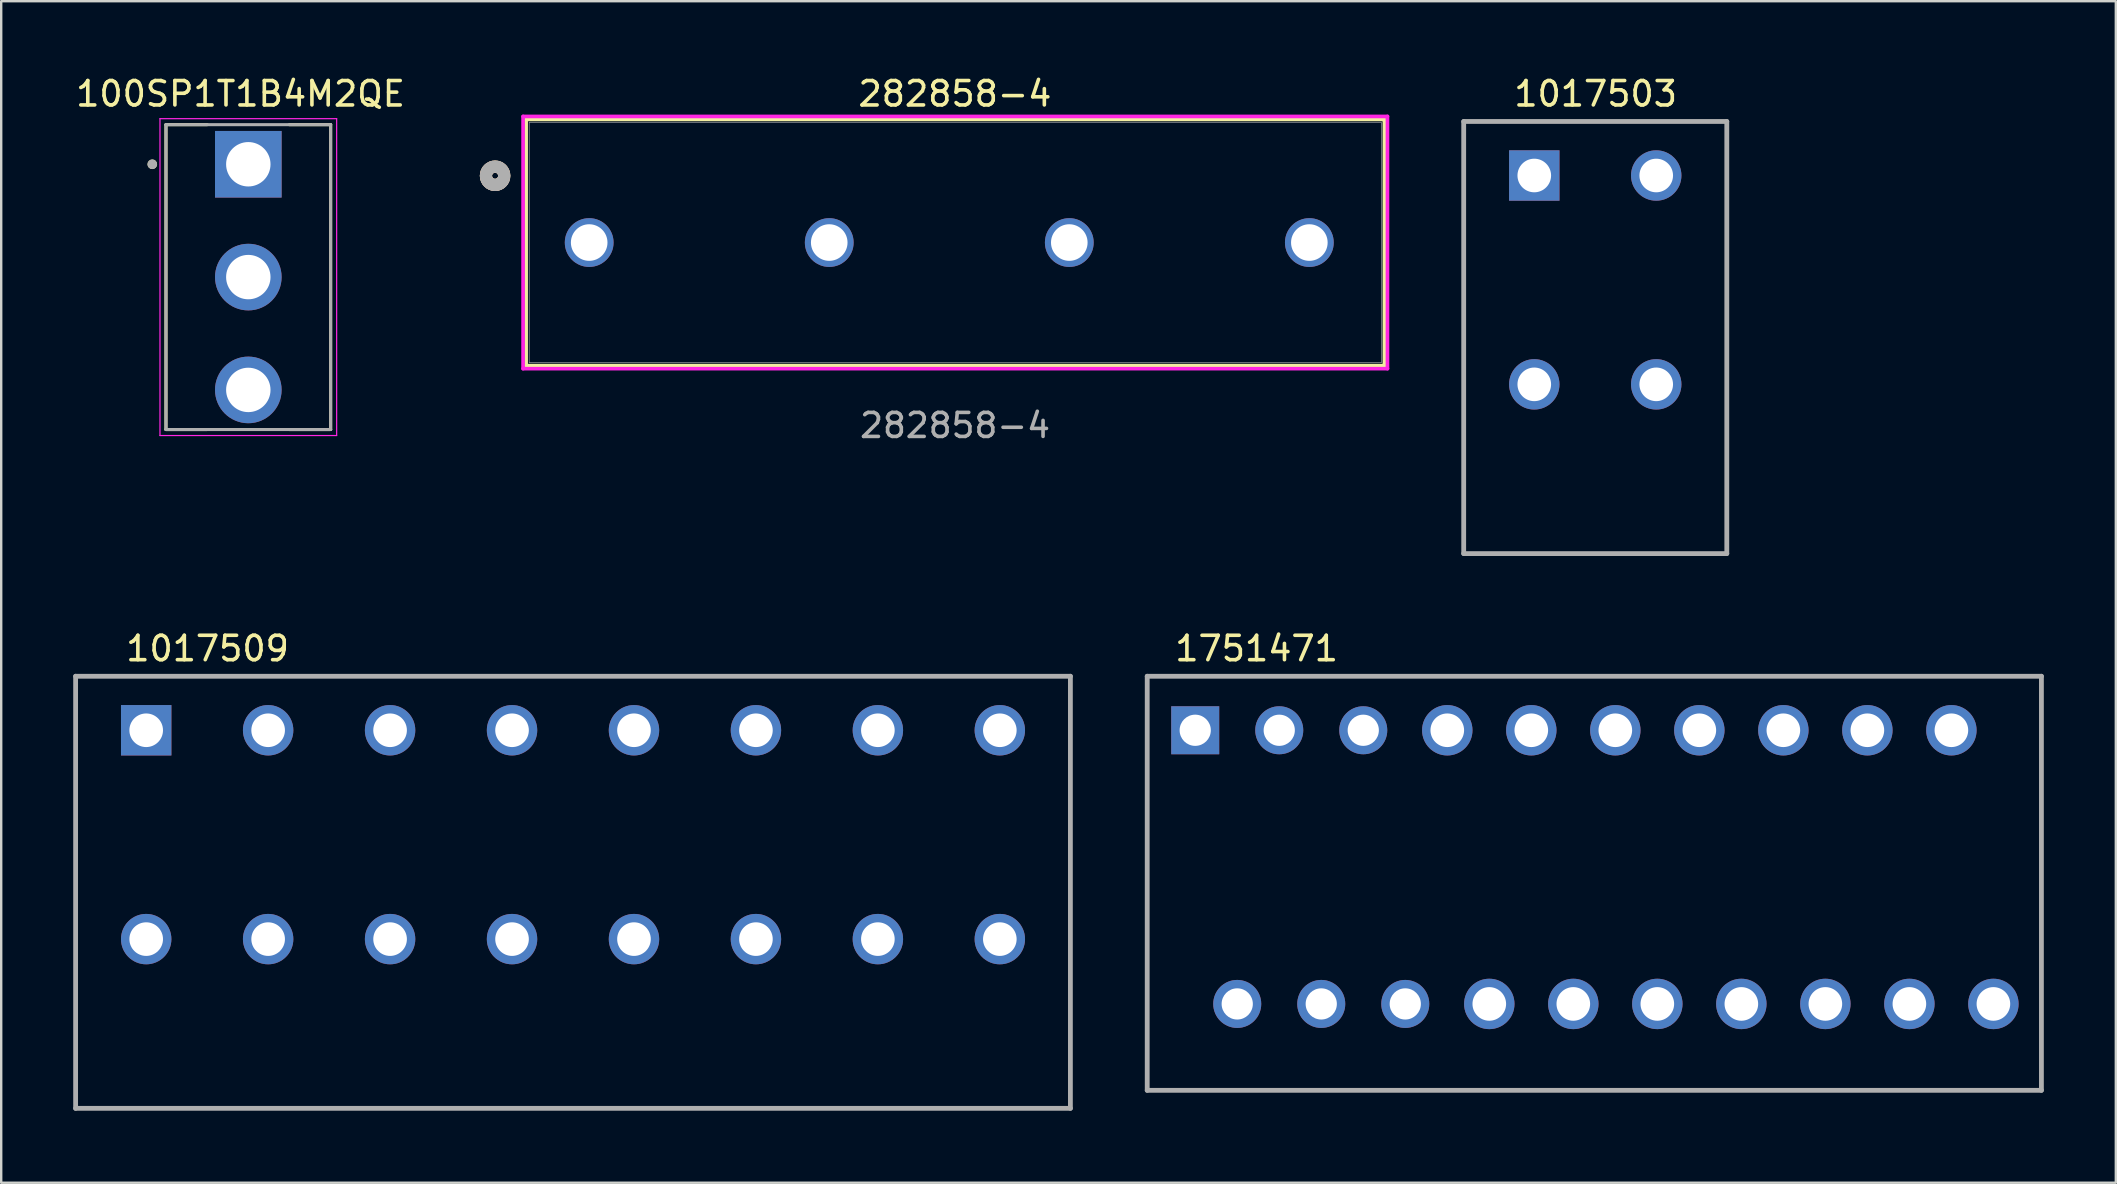
<source format=kicad_pcb>
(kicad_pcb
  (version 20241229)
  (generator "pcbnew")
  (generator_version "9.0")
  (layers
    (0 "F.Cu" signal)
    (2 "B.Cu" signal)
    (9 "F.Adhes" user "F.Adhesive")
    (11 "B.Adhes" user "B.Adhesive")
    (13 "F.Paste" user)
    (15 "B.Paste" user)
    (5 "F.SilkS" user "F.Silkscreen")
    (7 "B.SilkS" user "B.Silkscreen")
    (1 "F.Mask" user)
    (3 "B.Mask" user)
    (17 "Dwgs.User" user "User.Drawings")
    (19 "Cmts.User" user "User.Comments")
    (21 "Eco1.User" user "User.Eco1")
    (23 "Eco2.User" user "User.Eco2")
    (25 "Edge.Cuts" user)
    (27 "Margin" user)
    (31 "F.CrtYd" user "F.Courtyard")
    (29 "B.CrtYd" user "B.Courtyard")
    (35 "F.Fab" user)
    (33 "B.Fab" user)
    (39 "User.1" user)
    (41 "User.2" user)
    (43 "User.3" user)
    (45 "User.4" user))
  (footprint "1017503"
    (layer "F.Cu")
    (at 60.864 4.261)
    (property "Reference" "1017503" (at 2.556 -3.403 0) (layer "F.SilkS") (effects (font (size 1.016 1.016) (thickness 0.15))))
    (attr through_hole)
    (fp_line (start -2.94 -2.25) (end 8.02 -2.25) (stroke (width 0.1) (type solid)) (layer "F.SilkS"))
    (fp_line (start -2.94 15.75) (end -2.94 -2.25) (stroke (width 0.1) (type solid)) (layer "F.SilkS"))
    (fp_line (start 8.02 -2.25) (end 8.02 15.75) (stroke (width 0.1) (type solid)) (layer "F.SilkS"))
    (fp_line (start 8.02 15.75) (end -2.94 15.75) (stroke (width 0.1) (type solid)) (layer "F.SilkS"))
    (fp_line (start -2.94 -2.25) (end 8.02 -2.25) (stroke (width 0.2) (type solid)) (layer "F.Fab"))
    (fp_line (start -2.94 15.75) (end -2.94 -2.25) (stroke (width 0.2) (type solid)) (layer "F.Fab"))
    (fp_line (start 8.02 -2.25) (end 8.02 15.75) (stroke (width 0.2) (type solid)) (layer "F.Fab"))
    (fp_line (start 8.02 15.75) (end -2.94 15.75) (stroke (width 0.2) (type solid)) (layer "F.Fab"))
    (pad "1" thru_hole rect (at 0 0) (size 2.1 2.1) (drill 1.4) (layers "*.Cu" "*.Mask"))
    (pad "2" thru_hole circle (at 0 8.7) (size 2.1 2.1) (drill 1.4) (layers "*.Cu" "*.Mask"))
    (pad "3" thru_hole circle (at 5.08 0) (size 2.1 2.1) (drill 1.4) (layers "*.Cu" "*.Mask"))
    (pad "4" thru_hole circle (at 5.08 8.7) (size 2.1 2.1) (drill 1.4) (layers "*.Cu" "*.Mask")))
  (footprint "282858-4"
    (layer "F.Cu")
    (at 21.494 7.054)
    (property "Reference" "282858-4" (at 15.235 -6.196 0) (unlocked yes) (layer "F.SilkS") (effects (font (size 1.016 1.016) (thickness 0.15))))
    (attr through_hole)
    (fp_line (start -2.627 -5.127) (end -2.627 5.127) (stroke (width 0.152) (type solid)) (layer "F.SilkS"))
    (fp_line (start -2.627 5.127) (end 33.127 5.127) (stroke (width 0.152) (type solid)) (layer "F.SilkS"))
    (fp_line (start 33.127 -5.127) (end -2.627 -5.127) (stroke (width 0.152) (type solid)) (layer "F.SilkS"))
    (fp_line (start 33.127 5.127) (end 33.127 -5.127) (stroke (width 0.152) (type solid)) (layer "F.SilkS"))
    (fp_circle (center -3.92 -2.782) (end -3.539 -2.782) (stroke (width 0.508) (type solid)) (fill no) (layer "F.SilkS"))
    (fp_circle (center -3.92 -2.782) (end -3.539 -2.782) (stroke (width 0.508) (type solid)) (fill no) (layer "B.SilkS"))
    (fp_line (start -2.754 -5.254) (end -2.754 5.254) (stroke (width 0.152) (type solid)) (layer "F.CrtYd"))
    (fp_line (start -2.754 5.254) (end 33.254 5.254) (stroke (width 0.152) (type solid)) (layer "F.CrtYd"))
    (fp_line (start 33.254 -5.254) (end -2.754 -5.254) (stroke (width 0.152) (type solid)) (layer "F.CrtYd"))
    (fp_line (start 33.254 5.254) (end 33.254 -5.254) (stroke (width 0.152) (type solid)) (layer "F.CrtYd"))
    (fp_line (start -2.5 -5) (end -2.5 5) (stroke (width 0.025) (type solid)) (layer "F.Fab"))
    (fp_line (start -2.5 5) (end 33 5) (stroke (width 0.025) (type solid)) (layer "F.Fab"))
    (fp_line (start 33 -5) (end -2.5 -5) (stroke (width 0.025) (type solid)) (layer "F.Fab"))
    (fp_line (start 33 5) (end 33 -5) (stroke (width 0.025) (type solid)) (layer "F.Fab"))
    (fp_circle (center -3.92 -2.782) (end -3.539 -2.782) (stroke (width 0.508) (type solid)) (fill no) (layer "F.Fab"))
    (fp_text user "${REFERENCE}" (at 15.24 7.62 0) (unlocked yes) (layer "F.Fab") (effects (font (size 1 1) (thickness 0.15))))
    (pad "1" thru_hole circle (at 0 0) (size 2.032 2.032) (drill 1.524) (layers "*.Cu" "*.Mask"))
    (pad "2" thru_hole circle (at 10 0) (size 2.032 2.032) (drill 1.524) (layers "*.Cu" "*.Mask"))
    (pad "3" thru_hole circle (at 20 0) (size 2.032 2.032) (drill 1.524) (layers "*.Cu" "*.Mask"))
    (pad "4" thru_hole circle (at 30 0) (size 2.032 2.032) (drill 1.524) (layers "*.Cu" "*.Mask")))
  (footprint "1751471"
    (layer "F.Cu")
    (at 46.74 27.371)
    (property "Reference" "1751471" (at 2.556 -3.403 0) (layer "F.SilkS") (effects (font (size 1.016 1.016) (thickness 0.15))))
    (attr through_hole)
    (fp_line (start -2 -2.25) (end 35.25 -2.25) (stroke (width 0.1) (type solid)) (layer "F.SilkS"))
    (fp_line (start -2 15) (end -2 -2.25) (stroke (width 0.1) (type solid)) (layer "F.SilkS"))
    (fp_line (start 35.25 -2.25) (end 35.25 15) (stroke (width 0.1) (type solid)) (layer "F.SilkS"))
    (fp_line (start 35.25 15) (end -2 15) (stroke (width 0.1) (type solid)) (layer "F.SilkS"))
    (fp_line (start -2 -2.25) (end 35.25 -2.25) (stroke (width 0.2) (type solid)) (layer "F.Fab"))
    (fp_line (start -2 15) (end -2 -2.25) (stroke (width 0.2) (type solid)) (layer "F.Fab"))
    (fp_line (start 35.25 -2.25) (end 35.25 15) (stroke (width 0.2) (type solid)) (layer "F.Fab"))
    (fp_line (start 35.25 15) (end -2 15) (stroke (width 0.2) (type solid)) (layer "F.Fab"))
    (pad "1" thru_hole rect (at 0 0) (size 2 2) (drill 1.3) (layers "*.Cu" "*.Mask"))
    (pad "2" thru_hole circle (at 3.5 0) (size 2 2) (drill 1.3) (layers "*.Cu" "*.Mask"))
    (pad "3" thru_hole circle (at 7 0) (size 2 2) (drill 1.3) (layers "*.Cu" "*.Mask"))
    (pad "4" thru_hole circle (at 10.5 0) (size 2.1 2.1) (drill 1.4) (layers "*.Cu" "*.Mask"))
    (pad "5" thru_hole circle (at 14 0) (size 2.1 2.1) (drill 1.4) (layers "*.Cu" "*.Mask"))
    (pad "6" thru_hole circle (at 17.5 0) (size 2.1 2.1) (drill 1.4) (layers "*.Cu" "*.Mask"))
    (pad "7" thru_hole circle (at 21 0) (size 2.1 2.1) (drill 1.4) (layers "*.Cu" "*.Mask"))
    (pad "8" thru_hole circle (at 24.5 0) (size 2.1 2.1) (drill 1.4) (layers "*.Cu" "*.Mask"))
    (pad "9" thru_hole circle (at 28 0) (size 2.1 2.1) (drill 1.4) (layers "*.Cu" "*.Mask"))
    (pad "10" thru_hole circle (at 31.5 0) (size 2.1 2.1) (drill 1.4) (layers "*.Cu" "*.Mask"))
    (pad "11" thru_hole circle (at 1.75 11.4) (size 2 2) (drill 1.3) (layers "*.Cu" "*.Mask"))
    (pad "12" thru_hole circle (at 5.25 11.4) (size 2 2) (drill 1.3) (layers "*.Cu" "*.Mask"))
    (pad "13" thru_hole circle (at 8.75 11.4) (size 2 2) (drill 1.3) (layers "*.Cu" "*.Mask"))
    (pad "14" thru_hole circle (at 12.25 11.4) (size 2.1 2.1) (drill 1.4) (layers "*.Cu" "*.Mask"))
    (pad "15" thru_hole circle (at 15.75 11.4) (size 2.1 2.1) (drill 1.4) (layers "*.Cu" "*.Mask"))
    (pad "16" thru_hole circle (at 19.25 11.4) (size 2.1 2.1) (drill 1.4) (layers "*.Cu" "*.Mask"))
    (pad "17" thru_hole circle (at 22.75 11.4) (size 2.1 2.1) (drill 1.4) (layers "*.Cu" "*.Mask"))
    (pad "18" thru_hole circle (at 26.25 11.4) (size 2.1 2.1) (drill 1.4) (layers "*.Cu" "*.Mask"))
    (pad "19" thru_hole circle (at 29.75 11.4) (size 2.1 2.1) (drill 1.4) (layers "*.Cu" "*.Mask"))
    (pad "20" thru_hole circle (at 33.25 11.4) (size 2.1 2.1) (drill 1.4) (layers "*.Cu" "*.Mask")))
  (footprint "1017509"
    (layer "F.Cu")
    (at 3.04 27.371)
    (property "Reference" "1017509" (at 2.556 -3.403 0) (layer "F.SilkS") (effects (font (size 1.016 1.016) (thickness 0.15))))
    (attr through_hole)
    (fp_line (start -2.94 -2.25) (end 38.5 -2.25) (stroke (width 0.1) (type solid)) (layer "F.SilkS"))
    (fp_line (start -2.94 15.75) (end -2.94 -2.25) (stroke (width 0.1) (type solid)) (layer "F.SilkS"))
    (fp_line (start 38.5 -2.25) (end 38.5 15.75) (stroke (width 0.1) (type solid)) (layer "F.SilkS"))
    (fp_line (start 38.5 15.75) (end -2.94 15.75) (stroke (width 0.1) (type solid)) (layer "F.SilkS"))
    (fp_line (start -2.94 -2.25) (end 38.5 -2.25) (stroke (width 0.2) (type solid)) (layer "F.Fab"))
    (fp_line (start -2.94 15.75) (end -2.94 -2.25) (stroke (width 0.2) (type solid)) (layer "F.Fab"))
    (fp_line (start 38.5 -2.25) (end 38.5 15.75) (stroke (width 0.2) (type solid)) (layer "F.Fab"))
    (fp_line (start 38.5 15.75) (end -2.94 15.75) (stroke (width 0.2) (type solid)) (layer "F.Fab"))
    (pad "1" thru_hole rect (at 0 0) (size 2.1 2.1) (drill 1.4) (layers "*.Cu" "*.Mask"))
    (pad "2" thru_hole circle (at 0 8.7) (size 2.1 2.1) (drill 1.4) (layers "*.Cu" "*.Mask"))
    (pad "3" thru_hole circle (at 5.08 0) (size 2.1 2.1) (drill 1.4) (layers "*.Cu" "*.Mask"))
    (pad "4" thru_hole circle (at 5.08 8.7) (size 2.1 2.1) (drill 1.4) (layers "*.Cu" "*.Mask"))
    (pad "5" thru_hole circle (at 10.16 0) (size 2.1 2.1) (drill 1.4) (layers "*.Cu" "*.Mask"))
    (pad "6" thru_hole circle (at 10.16 8.7) (size 2.1 2.1) (drill 1.4) (layers "*.Cu" "*.Mask"))
    (pad "7" thru_hole circle (at 15.24 0) (size 2.1 2.1) (drill 1.4) (layers "*.Cu" "*.Mask"))
    (pad "8" thru_hole circle (at 15.24 8.7) (size 2.1 2.1) (drill 1.4) (layers "*.Cu" "*.Mask"))
    (pad "9" thru_hole circle (at 20.32 0) (size 2.1 2.1) (drill 1.4) (layers "*.Cu" "*.Mask"))
    (pad "10" thru_hole circle (at 20.32 8.7) (size 2.1 2.1) (drill 1.4) (layers "*.Cu" "*.Mask"))
    (pad "11" thru_hole circle (at 25.4 0) (size 2.1 2.1) (drill 1.4) (layers "*.Cu" "*.Mask"))
    (pad "12" thru_hole circle (at 25.4 8.7) (size 2.1 2.1) (drill 1.4) (layers "*.Cu" "*.Mask"))
    (pad "13" thru_hole circle (at 30.48 0) (size 2.1 2.1) (drill 1.4) (layers "*.Cu" "*.Mask"))
    (pad "14" thru_hole circle (at 30.48 8.7) (size 2.1 2.1) (drill 1.4) (layers "*.Cu" "*.Mask"))
    (pad "15" thru_hole circle (at 35.56 0) (size 2.1 2.1) (drill 1.4) (layers "*.Cu" "*.Mask"))
    (pad "16" thru_hole circle (at 35.56 8.7) (size 2.1 2.1) (drill 1.4) (layers "*.Cu" "*.Mask")))
  (footprint "100SP1T1B4M2QE"
    (layer "F.Cu")
    (at 7.294 8.493)
    (property "Reference" "100SP1T1B4M2QE" (at -0.325 -7.635 0) (layer "F.SilkS") (effects (font (size 1.016 1.016) (thickness 0.15))))
    (attr through_hole)
    (fp_line (start -3.43 6.35) (end -3.43 -6.35) (stroke (width 0.127) (type solid)) (layer "F.SilkS"))
    (fp_line (start -1.71 -6.35) (end -3.43 -6.35) (stroke (width 0.127) (type solid)) (layer "F.SilkS"))
    (fp_line (start -1.71 6.35) (end -3.43 6.35) (stroke (width 0.127) (type solid)) (layer "F.SilkS"))
    (fp_line (start 3.43 -6.35) (end 1.71 -6.35) (stroke (width 0.127) (type solid)) (layer "F.SilkS"))
    (fp_line (start 3.43 -6.35) (end 3.43 6.35) (stroke (width 0.127) (type solid)) (layer "F.SilkS"))
    (fp_line (start 3.43 6.35) (end 1.71 6.35) (stroke (width 0.127) (type solid)) (layer "F.SilkS"))
    (fp_circle (center -4 -4.7) (end -3.9 -4.7) (stroke (width 0.2) (type solid)) (fill no) (layer "F.SilkS"))
    (fp_line (start -3.68 -6.6) (end -3.68 6.6) (stroke (width 0.05) (type solid)) (layer "F.CrtYd"))
    (fp_line (start -3.68 6.6) (end 3.68 6.6) (stroke (width 0.05) (type solid)) (layer "F.CrtYd"))
    (fp_line (start 3.68 -6.6) (end -3.68 -6.6) (stroke (width 0.05) (type solid)) (layer "F.CrtYd"))
    (fp_line (start 3.68 6.6) (end 3.68 -6.6) (stroke (width 0.05) (type solid)) (layer "F.CrtYd"))
    (fp_line (start -3.43 -6.35) (end -3.43 6.35) (stroke (width 0.127) (type solid)) (layer "F.Fab"))
    (fp_line (start -3.43 6.35) (end 3.43 6.35) (stroke (width 0.127) (type solid)) (layer "F.Fab"))
    (fp_line (start 3.43 -6.35) (end -3.43 -6.35) (stroke (width 0.127) (type solid)) (layer "F.Fab"))
    (fp_line (start 3.43 6.35) (end 3.43 -6.35) (stroke (width 0.127) (type solid)) (layer "F.Fab"))
    (fp_circle (center -4 -4.7) (end -3.9 -4.7) (stroke (width 0.2) (type solid)) (fill no) (layer "F.Fab"))
    (pad "1" thru_hole rect (at 0 -4.7) (size 2.775 2.775) (drill 1.85) (layers "*.Cu" "*.Mask"))
    (pad "2" thru_hole circle (at 0 0) (size 2.775 2.775) (drill 1.85) (layers "*.Cu" "*.Mask"))
    (pad "3" thru_hole circle (at 0 4.7) (size 2.775 2.775) (drill 1.85) (layers "*.Cu" "*.Mask")))
  (gr_rect
    (start -3 -3)
    (end 85.09 46.221)
    (stroke (width 0.1) (type default))
    (fill no)
    (layer "Edge.Cuts")))
</source>
